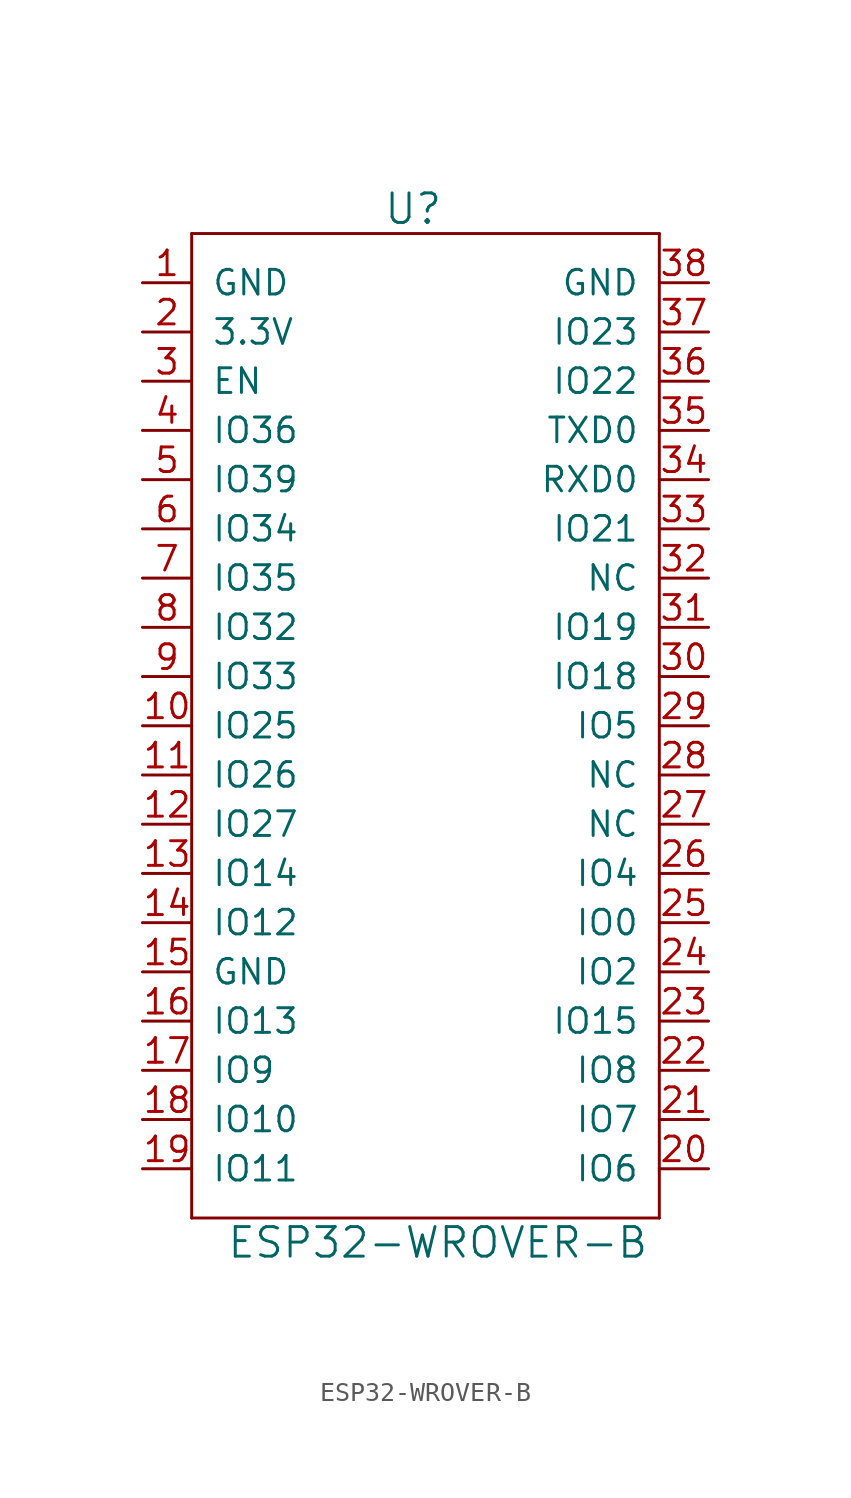
<source format=kicad_sym>
(kicad_symbol_lib
  (version 20211014)
  (generator kicad_symbol_editor)
  (symbol "ESP32-WROVER-B"
    (pin_names
      (offset 1.016))
    (property "Reference" "U"
      (at -1.27 25.4 0)
      (effects (font (size 1.524 1.524))))
    (property "Value" "ESP32-WROVER-B"
      (at 0 -27.94 0)
      (effects (font (size 1.524 1.524))))
    (symbol "ESP32-WROVER-B_0_1"
      (rectangle (start -12.7 -26.67) (end 11.43 -26.67) (stroke (width 0) (type default) (color 0 0 0 0)) (fill (type none)))
      (rectangle (start -12.7 24.13) (end -12.7 -26.67) (stroke (width 0) (type default) (color 0 0 0 0)) (fill (type none)))
      (rectangle (start 11.43 -26.67) (end 11.43 24.13) (stroke (width 0) (type default) (color 0 0 0 0)) (fill (type none)))
      (rectangle (start 11.43 24.13) (end -12.7 24.13) (stroke (width 0) (type default) (color 0 0 0 0)) (fill (type none))))
    (symbol "ESP32-WROVER-B_1_1"
      (pin power_in line (at -15.24 21.59 0) (length 2.54) (name "GND" (effects (font (size 1.27 1.27)))) (number "1" (effects (font (size 1.27 1.27)))))
      (pin bidirectional line (at -15.24 -1.27 0) (length 2.54) (name "IO25" (effects (font (size 1.27 1.27)))) (number "10" (effects (font (size 1.27 1.27)))))
      (pin bidirectional line (at -15.24 -3.81 0) (length 2.54) (name "IO26" (effects (font (size 1.27 1.27)))) (number "11" (effects (font (size 1.27 1.27)))))
      (pin bidirectional line (at -15.24 -6.35 0) (length 2.54) (name "IO27" (effects (font (size 1.27 1.27)))) (number "12" (effects (font (size 1.27 1.27)))))
      (pin bidirectional line (at -15.24 -8.89 0) (length 2.54) (name "IO14" (effects (font (size 1.27 1.27)))) (number "13" (effects (font (size 1.27 1.27)))))
      (pin bidirectional line (at -15.24 -11.43 0) (length 2.54) (name "IO12" (effects (font (size 1.27 1.27)))) (number "14" (effects (font (size 1.27 1.27)))))
      (pin power_in line (at -15.24 -13.97 0) (length 2.54) (name "GND" (effects (font (size 1.27 1.27)))) (number "15" (effects (font (size 1.27 1.27)))))
      (pin bidirectional line (at -15.24 -16.51 0) (length 2.54) (name "IO13" (effects (font (size 1.27 1.27)))) (number "16" (effects (font (size 1.27 1.27)))))
      (pin bidirectional line (at -15.24 -19.05 0) (length 2.54) (name "IO9" (effects (font (size 1.27 1.27)))) (number "17" (effects (font (size 1.27 1.27)))))
      (pin bidirectional line (at -15.24 -21.59 0) (length 2.54) (name "IO10" (effects (font (size 1.27 1.27)))) (number "18" (effects (font (size 1.27 1.27)))))
      (pin bidirectional line (at -15.24 -24.13 0) (length 2.54) (name "IO11" (effects (font (size 1.27 1.27)))) (number "19" (effects (font (size 1.27 1.27)))))
      (pin power_in line (at -15.24 19.05 0) (length 2.54) (name "3.3V" (effects (font (size 1.27 1.27)))) (number "2" (effects (font (size 1.27 1.27)))))
      (pin bidirectional line (at 13.97 -24.13 180) (length 2.54) (name "IO6" (effects (font (size 1.27 1.27)))) (number "20" (effects (font (size 1.27 1.27)))))
      (pin bidirectional line (at 13.97 -21.59 180) (length 2.54) (name "IO7" (effects (font (size 1.27 1.27)))) (number "21" (effects (font (size 1.27 1.27)))))
      (pin bidirectional line (at 13.97 -19.05 180) (length 2.54) (name "IO8" (effects (font (size 1.27 1.27)))) (number "22" (effects (font (size 1.27 1.27)))))
      (pin bidirectional line (at 13.97 -16.51 180) (length 2.54) (name "IO15" (effects (font (size 1.27 1.27)))) (number "23" (effects (font (size 1.27 1.27)))))
      (pin bidirectional line (at 13.97 -13.97 180) (length 2.54) (name "IO2" (effects (font (size 1.27 1.27)))) (number "24" (effects (font (size 1.27 1.27)))))
      (pin bidirectional line (at 13.97 -11.43 180) (length 2.54) (name "IO0" (effects (font (size 1.27 1.27)))) (number "25" (effects (font (size 1.27 1.27)))))
      (pin bidirectional line (at 13.97 -8.89 180) (length 2.54) (name "IO4" (effects (font (size 1.27 1.27)))) (number "26" (effects (font (size 1.27 1.27)))))
      (pin bidirectional line (at 13.97 -6.35 180) (length 2.54) (name "NC" (effects (font (size 1.27 1.27)))) (number "27" (effects (font (size 1.27 1.27)))))
      (pin bidirectional line (at 13.97 -3.81 180) (length 2.54) (name "NC" (effects (font (size 1.27 1.27)))) (number "28" (effects (font (size 1.27 1.27)))))
      (pin bidirectional line (at 13.97 -1.27 180) (length 2.54) (name "IO5" (effects (font (size 1.27 1.27)))) (number "29" (effects (font (size 1.27 1.27)))))
      (pin input line (at -15.24 16.51 0) (length 2.54) (name "EN" (effects (font (size 1.27 1.27)))) (number "3" (effects (font (size 1.27 1.27)))))
      (pin bidirectional line (at 13.97 1.27 180) (length 2.54) (name "IO18" (effects (font (size 1.27 1.27)))) (number "30" (effects (font (size 1.27 1.27)))))
      (pin bidirectional line (at 13.97 3.81 180) (length 2.54) (name "IO19" (effects (font (size 1.27 1.27)))) (number "31" (effects (font (size 1.27 1.27)))))
      (pin bidirectional line (at 13.97 6.35 180) (length 2.54) (name "NC" (effects (font (size 1.27 1.27)))) (number "32" (effects (font (size 1.27 1.27)))))
      (pin bidirectional line (at 13.97 8.89 180) (length 2.54) (name "IO21" (effects (font (size 1.27 1.27)))) (number "33" (effects (font (size 1.27 1.27)))))
      (pin input line (at 13.97 11.43 180) (length 2.54) (name "RXD0" (effects (font (size 1.27 1.27)))) (number "34" (effects (font (size 1.27 1.27)))))
      (pin output line (at 13.97 13.97 180) (length 2.54) (name "TXD0" (effects (font (size 1.27 1.27)))) (number "35" (effects (font (size 1.27 1.27)))))
      (pin bidirectional line (at 13.97 16.51 180) (length 2.54) (name "IO22" (effects (font (size 1.27 1.27)))) (number "36" (effects (font (size 1.27 1.27)))))
      (pin bidirectional line (at 13.97 19.05 180) (length 2.54) (name "IO23" (effects (font (size 1.27 1.27)))) (number "37" (effects (font (size 1.27 1.27)))))
      (pin power_in line (at 13.97 21.59 180) (length 2.54) (name "GND" (effects (font (size 1.27 1.27)))) (number "38" (effects (font (size 1.27 1.27)))))
      (pin bidirectional line (at -15.24 13.97 0) (length 2.54) (name "IO36" (effects (font (size 1.27 1.27)))) (number "4" (effects (font (size 1.27 1.27)))))
      (pin bidirectional line (at -15.24 11.43 0) (length 2.54) (name "IO39" (effects (font (size 1.27 1.27)))) (number "5" (effects (font (size 1.27 1.27)))))
      (pin bidirectional line (at -15.24 8.89 0) (length 2.54) (name "IO34" (effects (font (size 1.27 1.27)))) (number "6" (effects (font (size 1.27 1.27)))))
      (pin bidirectional line (at -15.24 6.35 0) (length 2.54) (name "IO35" (effects (font (size 1.27 1.27)))) (number "7" (effects (font (size 1.27 1.27)))))
      (pin bidirectional line (at -15.24 3.81 0) (length 2.54) (name "IO32" (effects (font (size 1.27 1.27)))) (number "8" (effects (font (size 1.27 1.27)))))
      (pin bidirectional line (at -15.24 1.27 0) (length 2.54) (name "IO33" (effects (font (size 1.27 1.27)))) (number "9" (effects (font (size 1.27 1.27))))))))
</source>
